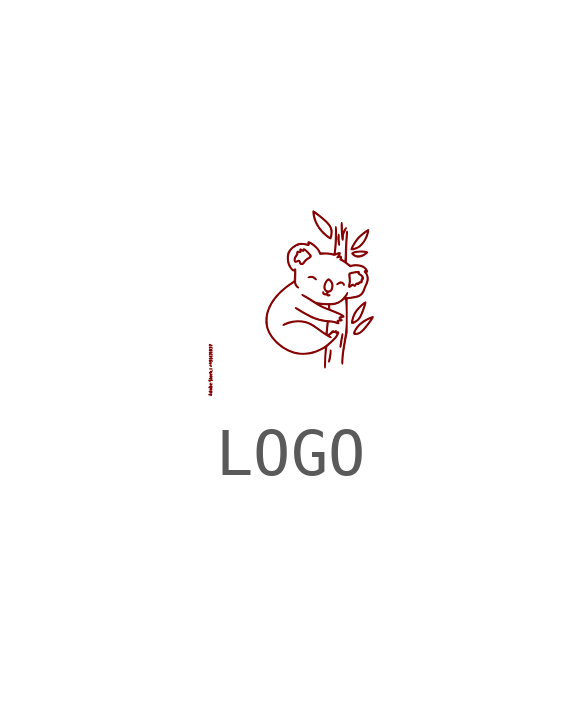
<source format=kicad_sym>
(kicad_symbol_lib
  (version 20220914)
  (generator "bitmap2component")
  (generator_version "9.0")
  (symbol "LOGO"
    (pin_names
      (offset 1.016))
    (property "Reference" "#G"
      (at 0 1.718 0)
      (effects (font (size 1.27 1.27)) hide))
    (symbol "LOGO_0_0"
      (polyline (pts (xy -2.373 -2.265) (xy -2.368 -2.248) (xy -2.37 -2.235) (xy -2.38 -2.227) (xy -2.386 -2.231) (xy -2.391 -2.248) (xy -2.389 -2.26) (xy -2.38 -2.269) (xy -2.373 -2.265)) (stroke (width 0.01) (type default)) (fill (type outline)))
      (polyline (pts (xy -2.414 -2.258) (xy -2.406 -2.248) (xy -2.406 -2.245) (xy -2.417 -2.237) (xy -2.419 -2.237) (xy -2.427 -2.248) (xy -2.427 -2.25) (xy -2.417 -2.258) (xy -2.414 -2.258)) (stroke (width 0.01) (type default)) (fill (type outline)))
      (polyline (pts (xy -2.365 -2.202) (xy -2.358 -2.188) (xy -2.368 -2.177) (xy -2.397 -2.174) (xy -2.416 -2.175) (xy -2.42 -2.18) (xy -2.413 -2.189) (xy -2.391 -2.189) (xy -2.38 -2.184) (xy -2.372 -2.186) (xy -2.369 -2.195) (xy -2.371 -2.198) (xy -2.38 -2.205) (xy -2.381 -2.205) (xy -2.39 -2.195) (xy -2.391 -2.189) (xy -2.413 -2.189) (xy -2.409 -2.195) (xy -2.393 -2.211) (xy -2.38 -2.214) (xy -2.365 -2.202)) (stroke (width 0.01) (type default)) (fill (type outline)))
      (polyline (pts (xy -2.37 -2.154) (xy -2.361 -2.142) (xy -2.365 -2.125) (xy -2.372 -2.118) (xy -2.387 -2.111) (xy -2.389 -2.111) (xy -2.4 -2.121) (xy -2.403 -2.139) (xy -2.402 -2.14) (xy -2.391 -2.14) (xy -2.386 -2.127) (xy -2.382 -2.126) (xy -2.37 -2.131) (xy -2.368 -2.134) (xy -2.373 -2.147) (xy -2.377 -2.148) (xy -2.39 -2.143) (xy -2.391 -2.14) (xy -2.402 -2.14) (xy -2.395 -2.153) (xy -2.388 -2.156) (xy -2.37 -2.154)) (stroke (width 0.01) (type default)) (fill (type outline)))
      (polyline (pts (xy -2.36 -2.096) (xy -2.355 -2.085) (xy -2.369 -2.068) (xy -2.376 -2.063) (xy -2.389 -2.062) (xy -2.407 -2.077) (xy -2.408 -2.079) (xy -2.396 -2.079) (xy -2.395 -2.076) (xy -2.386 -2.068) (xy -2.383 -2.069) (xy -2.369 -2.079) (xy -2.368 -2.084) (xy -2.379 -2.089) (xy -2.387 -2.088) (xy -2.396 -2.079) (xy -2.408 -2.079) (xy -2.428 -2.1) (xy -2.391 -2.1) (xy -2.385 -2.1) (xy -2.36 -2.096)) (stroke (width 0.01) (type default)) (fill (type outline)))
      (polyline (pts (xy -2.369 -2.042) (xy -2.358 -2.028) (xy -2.357 -2.023) (xy -2.36 -2.026) (xy -2.362 -2.029) (xy -2.375 -2.037) (xy -2.387 -2.033) (xy -2.388 -2.018) (xy -2.388 -2.017) (xy -2.386 -2.006) (xy -2.395 -2.012) (xy -2.401 -2.02) (xy -2.401 -2.036) (xy -2.388 -2.045) (xy -2.369 -2.042)) (stroke (width 0.01) (type default)) (fill (type outline)))
      (polyline (pts (xy -2.389 -1.957) (xy -2.381 -1.947) (xy -2.368 -1.953) (xy -2.359 -1.959) (xy -2.353 -1.954) (xy -2.36 -1.939) (xy -2.375 -1.936) (xy -2.392 -1.948) (xy -2.397 -1.954) (xy -2.408 -1.962) (xy -2.417 -1.952) (xy -2.423 -1.945) (xy -2.427 -1.948) (xy -2.427 -1.95) (xy -2.42 -1.966) (xy -2.418 -1.968) (xy -2.402 -1.972) (xy -2.389 -1.957)) (stroke (width 0.01) (type default)) (fill (type outline)))
      (polyline (pts (xy -2.385 -1.923) (xy -2.38 -1.922) (xy -2.362 -1.914) (xy -2.363 -1.907) (xy -2.383 -1.906) (xy -2.392 -1.907) (xy -2.411 -1.909) (xy -2.416 -1.912) (xy -2.412 -1.919) (xy -2.405 -1.924) (xy -2.385 -1.923)) (stroke (width 0.01) (type default)) (fill (type outline)))
      (polyline (pts (xy -2.367 -1.887) (xy -2.364 -1.885) (xy -2.358 -1.873) (xy -2.369 -1.859) (xy -2.38 -1.851) (xy -2.396 -1.851) (xy -2.403 -1.864) (xy -2.402 -1.867) (xy -2.394 -1.867) (xy -2.388 -1.859) (xy -2.373 -1.865) (xy -2.368 -1.871) (xy -2.373 -1.883) (xy -2.377 -1.884) (xy -2.391 -1.878) (xy -2.394 -1.867) (xy -2.402 -1.867) (xy -2.396 -1.883) (xy -2.383 -1.894) (xy -2.367 -1.887)) (stroke (width 0.01) (type default)) (fill (type outline)))
      (polyline (pts (xy -2.359 -1.827) (xy -2.36 -1.822) (xy -2.374 -1.823) (xy -2.387 -1.824) (xy -2.396 -1.815) (xy -2.396 -1.809) (xy -2.402 -1.807) (xy -2.404 -1.81) (xy -2.401 -1.825) (xy -2.394 -1.832) (xy -2.375 -1.835) (xy -2.359 -1.827)) (stroke (width 0.01) (type default)) (fill (type outline)))
      (polyline (pts (xy -2.372 -1.791) (xy -2.367 -1.787) (xy -2.369 -1.78) (xy -2.361 -1.763) (xy -2.357 -1.758) (xy -2.354 -1.752) (xy -2.365 -1.76) (xy -2.376 -1.766) (xy -2.39 -1.765) (xy -2.394 -1.763) (xy -2.392 -1.769) (xy -2.392 -1.778) (xy -2.409 -1.786) (xy -2.416 -1.788) (xy -2.416 -1.791) (xy -2.396 -1.792) (xy -2.391 -1.793) (xy -2.372 -1.791)) (stroke (width 0.01) (type default)) (fill (type outline)))
      (polyline (pts (xy -2.369 -1.717) (xy -2.356 -1.715) (xy -2.361 -1.713) (xy -2.378 -1.711) (xy -2.409 -1.713) (xy -2.414 -1.714) (xy -2.408 -1.716) (xy -2.385 -1.717) (xy -2.369 -1.717)) (stroke (width 0.01) (type default)) (fill (type outline)))
      (polyline (pts (xy -0.011 -1.693) (xy -0.005 -1.674) (xy -0.001 -1.635) (xy -0.000100 -1.577) (xy 0.001 -1.524) (xy 0.004 -1.466) (xy 0.008 -1.407) (xy 0.013 -1.351) (xy 0.018 -1.304) (xy 0.024 -1.268) (xy 0.03 -1.25) (xy 0.038 -1.24) (xy 0.06 -1.219) (xy 0.09 -1.191) (xy 0.127 -1.158) (xy 0.137 -1.149) (xy 0.184 -1.103) (xy 0.222 -1.06) (xy 0.246 -1.025) (xy 0.263 -0.992) (xy 0.273 -0.96) (xy 0.27 -0.945) (xy 0.253 -0.944) (xy 0.238 -0.946) (xy 0.232 -0.935) (xy 0.227 -0.922) (xy 0.211 -0.919) (xy 0.191 -0.931) (xy 0.179 -0.939) (xy 0.172 -0.931) (xy 0.171 -0.928) (xy 0.157 -0.918) (xy 0.138 -0.926) (xy 0.116 -0.95) (xy 0.096 -0.971) (xy 0.072 -0.989) (xy 0.049 -1) (xy 0.035 -0.999) (xy 0.035 -0.998) (xy 0.034 -0.986) (xy 0.035 -0.957) (xy 0.039 -0.916) (xy 0.043 -0.866) (xy 0.057 -0.739) (xy 0.11 -0.739) (xy 0.117 -0.739) (xy 0.166 -0.746) (xy 0.21 -0.76) (xy 0.241 -0.772) (xy 0.267 -0.776) (xy 0.279 -0.769) (xy 0.275 -0.75) (xy 0.269 -0.738) (xy 0.266 -0.724) (xy 0.277 -0.719) (xy 0.306 -0.718) (xy 0.325 -0.717) (xy 0.344 -0.71) (xy 0.344 -0.696) (xy 0.324 -0.675) (xy 0.314 -0.665) (xy 0.31 -0.654) (xy 0.325 -0.647) (xy 0.358 -0.642) (xy 0.368 -0.64) (xy 0.384 -0.63) (xy 0.381 -0.616) (xy 0.359 -0.597) (xy 0.319 -0.573) (xy 0.263 -0.546) (xy 0.19 -0.516) (xy 0.09 -0.476) (xy 0.086 -0.428) (xy 0.083 -0.38) (xy 0.13 -0.38) (xy 0.188 -0.374) (xy 0.264 -0.348) (xy 0.339 -0.301) (xy 0.343 -0.298) (xy 0.374 -0.275) (xy 0.398 -0.259) (xy 0.41 -0.253) (xy 0.414 -0.263) (xy 0.418 -0.29) (xy 0.422 -0.333) (xy 0.425 -0.388) (xy 0.428 -0.451) (xy 0.43 -0.52) (xy 0.431 -0.592) (xy 0.431 -0.663) (xy 0.431 -0.73) (xy 0.429 -0.791) (xy 0.429 -0.796) (xy 0.417 -0.953) (xy 0.395 -1.103) (xy 0.392 -1.121) (xy 0.375 -1.221) (xy 0.36 -1.313) (xy 0.349 -1.397) (xy 0.342 -1.47) (xy 0.338 -1.53) (xy 0.337 -1.576) (xy 0.341 -1.605) (xy 0.348 -1.615) (xy 0.352 -1.61) (xy 0.357 -1.59) (xy 0.359 -1.559) (xy 0.359 -1.555) (xy 0.363 -1.479) (xy 0.373 -1.383) (xy 0.391 -1.268) (xy 0.414 -1.134) (xy 0.448 -0.955) (xy 0.448 -0.606) (xy 0.448 -0.257) (xy 0.543 -0.243) (xy 0.562 -0.241) (xy 0.621 -0.231) (xy 0.664 -0.221) (xy 0.697 -0.209) (xy 0.724 -0.193) (xy 0.75 -0.172) (xy 0.764 -0.158) (xy 0.791 -0.12) (xy 0.811 -0.07) (xy 0.821 -0.042) (xy 0.84 0.007) (xy 0.86 0.049) (xy 0.866 0.061) (xy 0.885 0.126) (xy 0.886 0.191) (xy 0.866 0.252) (xy 0.852 0.28) (xy 0.846 0.297) (xy 0.848 0.302) (xy 0.86 0.299) (xy 0.87 0.298) (xy 0.875 0.307) (xy 0.868 0.329) (xy 0.849 0.362) (xy 0.843 0.37) (xy 0.812 0.4) (xy 0.778 0.424) (xy 0.772 0.426) (xy 0.723 0.442) (xy 0.664 0.451) (xy 0.605 0.452) (xy 0.555 0.445) (xy 0.539 0.441) (xy 0.518 0.44) (xy 0.499 0.448) (xy 0.472 0.468) (xy 0.431 0.501) (xy 0.438 0.749) (xy 0.439 0.784) (xy 0.441 0.858) (xy 0.444 0.927) (xy 0.447 0.988) (xy 0.45 1.035) (xy 0.453 1.066) (xy 0.455 1.098) (xy 0.455 1.128) (xy 0.452 1.147) (xy 0.446 1.151) (xy 0.439 1.139) (xy 0.436 1.127) (xy 0.433 1.096) (xy 0.429 1.05) (xy 0.425 0.992) (xy 0.421 0.928) (xy 0.417 0.859) (xy 0.413 0.791) (xy 0.411 0.726) (xy 0.409 0.667) (xy 0.409 0.655) (xy 0.407 0.605) (xy 0.405 0.565) (xy 0.402 0.538) (xy 0.399 0.528) (xy 0.398 0.528) (xy 0.384 0.533) (xy 0.361 0.546) (xy 0.352 0.551) (xy 0.335 0.569) (xy 0.331 0.596) (xy 0.331 0.605) (xy 0.326 0.624) (xy 0.31 0.631) (xy 0.297 0.634) (xy 0.292 0.643) (xy 0.299 0.665) (xy 0.305 0.688) (xy 0.3 0.703) (xy 0.281 0.705) (xy 0.246 0.694) (xy 0.198 0.677) (xy 0.204 0.721) (xy 0.21 0.767) (xy 0.217 0.834) (xy 0.222 0.906) (xy 0.225 0.977) (xy 0.228 1.046) (xy 0.228 1.11) (xy 0.227 1.164) (xy 0.224 1.207) (xy 0.219 1.235) (xy 0.212 1.245) (xy 0.21 1.24) (xy 0.208 1.216) (xy 0.206 1.177) (xy 0.205 1.127) (xy 0.204 1.069) (xy 0.203 1.019) (xy 0.201 0.954) (xy 0.198 0.888) (xy 0.194 0.826) (xy 0.189 0.77) (xy 0.183 0.724) (xy 0.178 0.691) (xy 0.173 0.677) (xy 0.17 0.676) (xy 0.151 0.678) (xy 0.122 0.685) (xy 0.117 0.686) (xy 0.081 0.691) (xy 0.034 0.695) (xy -0.015 0.697) (xy -0.104 0.697) (xy -0.133 0.749) (xy -0.136 0.755) (xy -0.164 0.793) (xy -0.201 0.832) (xy -0.242 0.869) (xy -0.284 0.9) (xy -0.323 0.921) (xy -0.352 0.929) (xy -0.356 0.928) (xy -0.367 0.922) (xy -0.367 0.901) (xy -0.365 0.889) (xy -0.368 0.879) (xy -0.384 0.881) (xy -0.403 0.885) (xy -0.437 0.89) (xy -0.477 0.894) (xy -0.51 0.896) (xy -0.543 0.894) (xy -0.572 0.886) (xy -0.609 0.87) (xy -0.65 0.846) (xy -0.703 0.805) (xy -0.747 0.758) (xy -0.777 0.71) (xy -0.786 0.681) (xy -0.795 0.623) (xy -0.794 0.559) (xy -0.786 0.496) (xy -0.768 0.442) (xy -0.757 0.42) (xy -0.731 0.378) (xy -0.704 0.345) (xy -0.678 0.325) (xy -0.657 0.321) (xy -0.649 0.322) (xy -0.644 0.318) (xy -0.641 0.303) (xy -0.642 0.275) (xy -0.645 0.23) (xy -0.647 0.206) (xy -0.649 0.167) (xy -0.649 0.138) (xy -0.648 0.126) (xy -0.655 0.118) (xy -0.675 0.101) (xy -0.707 0.077) (xy -0.747 0.05) (xy -0.808 0.006) (xy -0.926 -0.092) (xy -1.027 -0.196) (xy -1.109 -0.305) (xy -1.172 -0.417) (xy -1.175 -0.423) (xy -1.218 -0.538) (xy -1.239 -0.65) (xy -1.24 -0.709) (xy -1.216 -0.709) (xy -1.212 -0.625) (xy -1.198 -0.55) (xy -1.174 -0.476) (xy -1.121 -0.365) (xy -1.049 -0.257) (xy -0.958 -0.152) (xy -0.85 -0.053) (xy -0.843 -0.048) (xy -0.806 -0.019) (xy -0.765 0.011) (xy -0.726 0.039) (xy -0.691 0.062) (xy -0.664 0.079) (xy -0.65 0.085) (xy -0.645 0.075) (xy -0.639 0.054) (xy -0.63 0.03) (xy -0.614 0.006) (xy -0.596 -0.015) (xy -0.578 -0.029) (xy -0.565 -0.032) (xy -0.559 -0.021) (xy -0.56 -0.019) (xy -0.569 -0.011) (xy -0.572 -0.009) (xy -0.586 0.004) (xy -0.602 0.027) (xy -0.602 0.028) (xy -0.612 0.044) (xy -0.618 0.061) (xy -0.621 0.082) (xy -0.623 0.111) (xy -0.622 0.153) (xy -0.62 0.212) (xy -0.62 0.222) (xy -0.619 0.278) (xy -0.619 0.323) (xy -0.621 0.353) (xy -0.625 0.365) (xy -0.636 0.365) (xy -0.654 0.354) (xy -0.659 0.349) (xy -0.671 0.343) (xy -0.683 0.35) (xy -0.701 0.372) (xy -0.72 0.399) (xy -0.754 0.47) (xy -0.772 0.543) (xy -0.774 0.615) (xy -0.759 0.684) (xy -0.729 0.745) (xy -0.682 0.796) (xy -0.673 0.803) (xy -0.604 0.847) (xy -0.537 0.871) (xy -0.47 0.875) (xy -0.401 0.86) (xy -0.38 0.854) (xy -0.353 0.85) (xy -0.341 0.86) (xy -0.341 0.882) (xy -0.343 0.899) (xy -0.34 0.907) (xy -0.339 0.907) (xy -0.326 0.899) (xy -0.3 0.882) (xy -0.268 0.86) (xy -0.254 0.849) (xy -0.2 0.803) (xy -0.161 0.757) (xy -0.134 0.706) (xy -0.119 0.668) (xy -0.032 0.673) (xy -0.008 0.674) (xy 0.059 0.672) (xy 0.12 0.66) (xy 0.128 0.658) (xy 0.162 0.65) (xy 0.185 0.648) (xy 0.205 0.653) (xy 0.232 0.664) (xy 0.248 0.671) (xy 0.272 0.679) (xy 0.283 0.681) (xy 0.283 0.678) (xy 0.275 0.662) (xy 0.258 0.639) (xy 0.25 0.627) (xy 0.237 0.607) (xy 0.234 0.596) (xy 0.235 0.596) (xy 0.249 0.596) (xy 0.273 0.603) (xy 0.283 0.606) (xy 0.306 0.61) (xy 0.314 0.602) (xy 0.306 0.58) (xy 0.302 0.574) (xy 0.297 0.562) (xy 0.3 0.554) (xy 0.315 0.544) (xy 0.345 0.529) (xy 0.373 0.513) (xy 0.412 0.487) (xy 0.449 0.458) (xy 0.508 0.41) (xy 0.561 0.423) (xy 0.564 0.423) (xy 0.625 0.43) (xy 0.687 0.426) (xy 0.746 0.411) (xy 0.794 0.388) (xy 0.828 0.356) (xy 0.837 0.342) (xy 0.838 0.333) (xy 0.823 0.329) (xy 0.806 0.321) (xy 0.804 0.304) (xy 0.819 0.284) (xy 0.84 0.26) (xy 0.858 0.215) (xy 0.864 0.162) (xy 0.857 0.105) (xy 0.837 0.05) (xy 0.828 0.031) (xy 0.807 -0.018) (xy 0.79 -0.062) (xy 0.77 -0.109) (xy 0.737 -0.154) (xy 0.693 -0.186) (xy 0.693 -0.186) (xy 0.668 -0.195) (xy 0.628 -0.205) (xy 0.579 -0.215) (xy 0.529 -0.224) (xy 0.482 -0.23) (xy 0.445 -0.232) (xy 0.411 -0.232) (xy 0.439 -0.184) (xy 0.449 -0.165) (xy 0.458 -0.141) (xy 0.459 -0.129) (xy 0.455 -0.127) (xy 0.446 -0.135) (xy 0.441 -0.146) (xy 0.422 -0.175) (xy 0.394 -0.211) (xy 0.363 -0.247) (xy 0.332 -0.279) (xy 0.307 -0.3) (xy 0.253 -0.329) (xy 0.185 -0.349) (xy 0.103 -0.358) (xy 0.006 -0.357) (xy -0.108 -0.347) (xy -0.128 -0.344) (xy -0.171 -0.337) (xy -0.205 -0.326) (xy -0.238 -0.31) (xy -0.278 -0.285) (xy -0.286 -0.28) (xy -0.351 -0.239) (xy -0.405 -0.207) (xy -0.448 -0.184) (xy -0.477 -0.171) (xy -0.492 -0.169) (xy -0.491 -0.178) (xy -0.481 -0.187) (xy -0.457 -0.203) (xy -0.425 -0.222) (xy -0.4 -0.236) (xy -0.357 -0.263) (xy -0.307 -0.294) (xy -0.259 -0.325) (xy -0.203 -0.361) (xy -0.183 -0.373) (xy -0.134 -0.373) (xy -0.122 -0.37) (xy -0.091 -0.373) (xy -0.08 -0.374) (xy -0.033 -0.378) (xy 0.012 -0.38) (xy 0.063 -0.38) (xy 0.063 -0.422) (xy 0.063 -0.431) (xy 0.06 -0.455) (xy 0.055 -0.464) (xy 0.044 -0.461) (xy 0.018 -0.451) (xy -0.017 -0.435) (xy -0.055 -0.418) (xy -0.091 -0.401) (xy -0.118 -0.387) (xy -0.132 -0.378) (xy -0.134 -0.373) (xy -0.183 -0.373) (xy -0.148 -0.394) (xy -0.096 -0.422) (xy -0.041 -0.448) (xy 0.023 -0.474) (xy 0.101 -0.505) (xy 0.108 -0.507) (xy 0.164 -0.529) (xy 0.218 -0.552) (xy 0.264 -0.571) (xy 0.296 -0.586) (xy 0.353 -0.616) (xy 0.32 -0.625) (xy 0.314 -0.626) (xy 0.286 -0.639) (xy 0.278 -0.655) (xy 0.29 -0.675) (xy 0.291 -0.676) (xy 0.301 -0.689) (xy 0.296 -0.695) (xy 0.273 -0.698) (xy 0.256 -0.701) (xy 0.242 -0.709) (xy 0.24 -0.725) (xy 0.24 -0.732) (xy 0.239 -0.743) (xy 0.228 -0.743) (xy 0.203 -0.734) (xy 0.2 -0.733) (xy 0.168 -0.725) (xy 0.124 -0.718) (xy 0.078 -0.713) (xy -0.021 -0.703) (xy -0.119 -0.684) (xy -0.213 -0.654) (xy -0.309 -0.613) (xy -0.412 -0.558) (xy -0.423 -0.552) (xy -0.473 -0.523) (xy -0.519 -0.496) (xy -0.555 -0.474) (xy -0.578 -0.459) (xy -0.593 -0.45) (xy -0.615 -0.442) (xy -0.628 -0.441) (xy -0.63 -0.448) (xy -0.616 -0.461) (xy -0.604 -0.47) (xy -0.568 -0.493) (xy -0.52 -0.522) (xy -0.466 -0.554) (xy -0.409 -0.585) (xy -0.356 -0.614) (xy -0.31 -0.638) (xy -0.276 -0.654) (xy -0.264 -0.659) (xy -0.208 -0.68) (xy -0.148 -0.699) (xy -0.09 -0.714) (xy -0.039 -0.724) (xy -0.002 -0.728) (xy 0.034 -0.728) (xy 0.027 -0.805) (xy 0.022 -0.86) (xy 0.016 -0.916) (xy 0.01 -0.953) (xy 0.005 -0.975) (xy 0.001 -0.981) (xy -0.000400 -0.981) (xy -0.015 -0.972) (xy -0.042 -0.954) (xy -0.078 -0.928) (xy -0.121 -0.896) (xy -0.121 -0.896) (xy -0.184 -0.851) (xy -0.234 -0.816) (xy -0.276 -0.789) (xy -0.313 -0.769) (xy -0.35 -0.753) (xy -0.391 -0.738) (xy -0.415 -0.73) (xy -0.498 -0.716) (xy -0.59 -0.714) (xy -0.682 -0.722) (xy -0.77 -0.742) (xy -0.846 -0.771) (xy -0.856 -0.777) (xy -0.878 -0.792) (xy -0.886 -0.803) (xy -0.885 -0.808) (xy -0.873 -0.809) (xy -0.852 -0.8) (xy -0.753 -0.763) (xy -0.664 -0.741) (xy -0.58 -0.733) (xy -0.498 -0.738) (xy -0.493 -0.739) (xy -0.441 -0.748) (xy -0.395 -0.76) (xy -0.35 -0.777) (xy -0.304 -0.8) (xy -0.252 -0.832) (xy -0.19 -0.873) (xy -0.116 -0.926) (xy -0.09 -0.945) (xy -0.035 -0.983) (xy 0.016 -1.017) (xy 0.059 -1.043) (xy 0.092 -1.06) (xy 0.11 -1.066) (xy 0.113 -1.065) (xy 0.117 -1.059) (xy 0.107 -1.047) (xy 0.087 -1.035) (xy 0.069 -1.025) (xy 0.066 -1.019) (xy 0.08 -1.013) (xy 0.1 -1.001) (xy 0.122 -0.98) (xy 0.125 -0.977) (xy 0.148 -0.961) (xy 0.176 -0.954) (xy 0.201 -0.956) (xy 0.216 -0.968) (xy 0.22 -0.974) (xy 0.232 -0.976) (xy 0.241 -0.974) (xy 0.241 -0.984) (xy 0.231 -1.007) (xy 0.212 -1.038) (xy 0.19 -1.065) (xy 0.152 -1.105) (xy 0.105 -1.149) (xy 0.054 -1.192) (xy 0.004 -1.233) (xy -0.042 -1.265) (xy -0.092 -1.294) (xy -0.208 -1.345) (xy -0.332 -1.377) (xy -0.335 -1.377) (xy -0.417 -1.388) (xy -0.488 -1.391) (xy -0.544 -1.386) (xy -0.556 -1.384) (xy -0.586 -1.378) (xy -0.623 -1.371) (xy -0.664 -1.361) (xy -0.761 -1.324) (xy -0.857 -1.273) (xy -0.947 -1.208) (xy -1.029 -1.133) (xy -1.1 -1.052) (xy -1.156 -0.965) (xy -1.194 -0.877) (xy -1.197 -0.865) (xy -1.211 -0.792) (xy -1.216 -0.709) (xy -1.24 -0.709) (xy -1.241 -0.759) (xy -1.221 -0.863) (xy -1.18 -0.965) (xy -1.119 -1.062) (xy -1.037 -1.157) (xy -1.004 -1.189) (xy -0.9 -1.271) (xy -0.788 -1.336) (xy -0.665 -1.384) (xy -0.63 -1.393) (xy -0.585 -1.402) (xy -0.534 -1.407) (xy -0.47 -1.408) (xy -0.41 -1.407) (xy -0.331 -1.401) (xy -0.259 -1.385) (xy -0.188 -1.36) (xy -0.108 -1.324) (xy 0.002 -1.268) (xy -0.004 -1.302) (xy -0.006 -1.316) (xy -0.009 -1.35) (xy -0.012 -1.398) (xy -0.015 -1.456) (xy -0.017 -1.518) (xy -0.018 -1.532) (xy -0.02 -1.598) (xy -0.021 -1.646) (xy -0.019 -1.676) (xy -0.017 -1.692) (xy -0.012 -1.695) (xy -0.011 -1.693)) (stroke (width 0.01) (type default)) (fill (type outline)))
      (polyline (pts (xy -2.377 -1.667) (xy -2.374 -1.657) (xy -2.379 -1.642) (xy -2.39 -1.632) (xy -2.399 -1.631) (xy -2.406 -1.642) (xy -2.405 -1.649) (xy -2.396 -1.651) (xy -2.391 -1.65) (xy -2.385 -1.656) (xy -2.385 -1.659) (xy -2.38 -1.667) (xy -2.377 -1.667)) (stroke (width 0.01) (type default)) (fill (type outline)))
      (polyline (pts (xy -2.377 -1.612) (xy -2.384 -1.605) (xy -2.385 -1.604) (xy -2.392 -1.596) (xy -2.379 -1.59) (xy -2.374 -1.589) (xy -2.371 -1.586) (xy -2.388 -1.584) (xy -2.391 -1.584) (xy -2.411 -1.588) (xy -2.416 -1.597) (xy -2.403 -1.607) (xy -2.386 -1.613) (xy -2.377 -1.612)) (stroke (width 0.01) (type default)) (fill (type outline)))
      (polyline (pts (xy 0.075 -1.568) (xy 0.085 -1.548) (xy 0.094 -1.517) (xy 0.101 -1.484) (xy 0.108 -1.437) (xy 0.113 -1.392) (xy 0.114 -1.355) (xy 0.113 -1.329) (xy 0.107 -1.319) (xy 0.105 -1.319) (xy 0.098 -1.332) (xy 0.095 -1.359) (xy 0.093 -1.387) (xy 0.087 -1.428) (xy 0.079 -1.472) (xy 0.079 -1.474) (xy 0.071 -1.512) (xy 0.065 -1.543) (xy 0.063 -1.559) (xy 0.063 -1.564) (xy 0.067 -1.574) (xy 0.075 -1.568)) (stroke (width 0.01) (type default)) (fill (type outline)))
      (polyline (pts (xy -2.381 -1.549) (xy -2.375 -1.542) (xy -2.365 -1.551) (xy -2.358 -1.558) (xy -2.353 -1.555) (xy -2.356 -1.547) (xy -2.369 -1.53) (xy -2.369 -1.53) (xy -2.383 -1.523) (xy -2.392 -1.535) (xy -2.399 -1.546) (xy -2.407 -1.539) (xy -2.414 -1.532) (xy -2.417 -1.543) (xy -2.417 -1.544) (xy -2.409 -1.559) (xy -2.394 -1.561) (xy -2.381 -1.549)) (stroke (width 0.01) (type default)) (fill (type outline)))
      (polyline (pts (xy -2.393 -1.507) (xy -2.381 -1.496) (xy -2.375 -1.489) (xy -2.365 -1.498) (xy -2.357 -1.507) (xy -2.353 -1.501) (xy -2.355 -1.494) (xy -2.367 -1.483) (xy -2.383 -1.479) (xy -2.393 -1.486) (xy -2.396 -1.49) (xy -2.407 -1.493) (xy -2.41 -1.491) (xy -2.417 -1.498) (xy -2.417 -1.499) (xy -2.408 -1.508) (xy -2.393 -1.507)) (stroke (width 0.01) (type default)) (fill (type outline)))
      (polyline (pts (xy -2.385 -1.458) (xy -2.385 -1.458) (xy -2.362 -1.454) (xy -2.353 -1.45) (xy -2.363 -1.447) (xy -2.385 -1.446) (xy -2.385 -1.446) (xy -2.408 -1.448) (xy -2.417 -1.454) (xy -2.417 -1.455) (xy -2.407 -1.459) (xy -2.385 -1.458)) (stroke (width 0.01) (type default)) (fill (type outline)))
      (polyline (pts (xy -2.356 -1.414) (xy -2.366 -1.403) (xy -2.388 -1.395) (xy -2.392 -1.394) (xy -2.411 -1.397) (xy -2.417 -1.411) (xy -2.415 -1.42) (xy -2.409 -1.419) (xy -2.4 -1.411) (xy -2.379 -1.406) (xy -2.361 -1.416) (xy -2.355 -1.424) (xy -2.356 -1.414)) (stroke (width 0.01) (type default)) (fill (type outline)))
      (polyline (pts (xy -2.385 -1.374) (xy -2.385 -1.374) (xy -2.362 -1.369) (xy -2.353 -1.365) (xy -2.363 -1.362) (xy -2.385 -1.361) (xy -2.385 -1.361) (xy -2.408 -1.364) (xy -2.417 -1.37) (xy -2.417 -1.37) (xy -2.407 -1.375) (xy -2.385 -1.374)) (stroke (width 0.01) (type default)) (fill (type outline)))
      (polyline (pts (xy -2.393 -1.338) (xy -2.385 -1.324) (xy -2.383 -1.316) (xy -2.374 -1.314) (xy -2.371 -1.317) (xy -2.371 -1.332) (xy -2.373 -1.337) (xy -2.365 -1.336) (xy -2.358 -1.329) (xy -2.364 -1.314) (xy -2.369 -1.309) (xy -2.389 -1.305) (xy -2.408 -1.311) (xy -2.416 -1.324) (xy -2.406 -1.324) (xy -2.401 -1.319) (xy -2.396 -1.324) (xy -2.401 -1.33) (xy -2.406 -1.324) (xy -2.416 -1.324) (xy -2.417 -1.325) (xy -2.415 -1.332) (xy -2.401 -1.34) (xy -2.393 -1.338)) (stroke (width 0.01) (type default)) (fill (type outline)))
      (polyline (pts (xy -2.356 -1.277) (xy -2.366 -1.265) (xy -2.388 -1.258) (xy -2.392 -1.257) (xy -2.411 -1.26) (xy -2.417 -1.274) (xy -2.415 -1.283) (xy -2.409 -1.282) (xy -2.4 -1.274) (xy -2.379 -1.269) (xy -2.361 -1.279) (xy -2.355 -1.286) (xy -2.356 -1.277)) (stroke (width 0.01) (type default)) (fill (type outline)))
      (polyline (pts (xy 0.313 -1.263) (xy 0.321 -1.242) (xy 0.326 -1.213) (xy 0.333 -1.172) (xy 0.34 -1.126) (xy 0.347 -1.081) (xy 0.353 -1.04) (xy 0.357 -1.009) (xy 0.359 -0.995) (xy 0.358 -0.99) (xy 0.35 -0.981) (xy 0.344 -0.991) (xy 0.337 -1.02) (xy 0.327 -1.07) (xy 0.314 -1.141) (xy 0.3 -1.232) (xy 0.299 -1.251) (xy 0.304 -1.265) (xy 0.313 -1.263)) (stroke (width 0.01) (type default)) (fill (type outline)))
      (polyline (pts (xy -2.357 -1.233) (xy -2.363 -1.227) (xy -2.378 -1.217) (xy -2.395 -1.208) (xy -2.409 -1.203) (xy -2.413 -1.206) (xy -2.417 -1.221) (xy -2.415 -1.232) (xy -2.408 -1.227) (xy -2.402 -1.221) (xy -2.385 -1.224) (xy -2.376 -1.229) (xy -2.359 -1.234) (xy -2.357 -1.233)) (stroke (width 0.01) (type default)) (fill (type outline)))
      (polyline (pts (xy 0.647 -0.996) (xy 0.652 -0.996) (xy 0.688 -0.986) (xy 0.724 -0.968) (xy 0.76 -0.94) (xy 0.801 -0.9) (xy 0.847 -0.846) (xy 0.902 -0.776) (xy 0.93 -0.738) (xy 0.963 -0.692) (xy 0.983 -0.659) (xy 0.991 -0.638) (xy 0.989 -0.627) (xy 0.978 -0.627) (xy 0.952 -0.634) (xy 0.916 -0.649) (xy 0.875 -0.668) (xy 0.833 -0.69) (xy 0.793 -0.712) (xy 0.762 -0.733) (xy 0.703 -0.781) (xy 0.648 -0.841) (xy 0.607 -0.907) (xy 0.591 -0.942) (xy 0.585 -0.961) (xy 0.61 -0.961) (xy 0.616 -0.937) (xy 0.632 -0.904) (xy 0.657 -0.868) (xy 0.688 -0.83) (xy 0.722 -0.795) (xy 0.749 -0.773) (xy 0.787 -0.745) (xy 0.829 -0.719) (xy 0.869 -0.695) (xy 0.905 -0.677) (xy 0.931 -0.667) (xy 0.945 -0.667) (xy 0.945 -0.668) (xy 0.939 -0.683) (xy 0.923 -0.709) (xy 0.898 -0.744) (xy 0.869 -0.783) (xy 0.837 -0.824) (xy 0.805 -0.862) (xy 0.776 -0.895) (xy 0.757 -0.914) (xy 0.729 -0.939) (xy 0.707 -0.954) (xy 0.672 -0.969) (xy 0.638 -0.976) (xy 0.615 -0.972) (xy 0.61 -0.961) (xy 0.585 -0.961) (xy 0.582 -0.97) (xy 0.585 -0.987) (xy 0.599 -0.996) (xy 0.618 -0.998) (xy 0.647 -0.996)) (stroke (width 0.01) (type default)) (fill (type outline)))
      (polyline (pts (xy 0.573 -0.767) (xy 0.603 -0.755) (xy 0.636 -0.735) (xy 0.67 -0.709) (xy 0.7 -0.679) (xy 0.724 -0.647) (xy 0.728 -0.639) (xy 0.746 -0.603) (xy 0.766 -0.557) (xy 0.786 -0.506) (xy 0.805 -0.455) (xy 0.82 -0.407) (xy 0.832 -0.367) (xy 0.838 -0.337) (xy 0.837 -0.323) (xy 0.829 -0.322) (xy 0.808 -0.331) (xy 0.779 -0.352) (xy 0.744 -0.382) (xy 0.707 -0.417) (xy 0.67 -0.456) (xy 0.637 -0.495) (xy 0.611 -0.531) (xy 0.599 -0.552) (xy 0.576 -0.602) (xy 0.557 -0.657) (xy 0.543 -0.711) (xy 0.542 -0.72) (xy 0.567 -0.72) (xy 0.571 -0.689) (xy 0.575 -0.672) (xy 0.603 -0.592) (xy 0.65 -0.513) (xy 0.714 -0.439) (xy 0.718 -0.435) (xy 0.757 -0.397) (xy 0.783 -0.376) (xy 0.798 -0.372) (xy 0.801 -0.384) (xy 0.795 -0.414) (xy 0.779 -0.462) (xy 0.767 -0.494) (xy 0.738 -0.568) (xy 0.711 -0.624) (xy 0.683 -0.666) (xy 0.654 -0.697) (xy 0.622 -0.718) (xy 0.613 -0.722) (xy 0.584 -0.735) (xy 0.57 -0.735) (xy 0.567 -0.72) (xy 0.542 -0.72) (xy 0.538 -0.754) (xy 0.539 -0.761) (xy 0.551 -0.77) (xy 0.573 -0.767)) (stroke (width 0.01) (type default)) (fill (type outline)))
      (polyline (pts (xy 0.758 0.624) (xy 0.762 0.626) (xy 0.788 0.639) (xy 0.818 0.658) (xy 0.847 0.678) (xy 0.868 0.696) (xy 0.876 0.707) (xy 0.867 0.718) (xy 0.841 0.727) (xy 0.803 0.733) (xy 0.757 0.736) (xy 0.707 0.735) (xy 0.657 0.731) (xy 0.613 0.724) (xy 0.577 0.713) (xy 0.554 0.701) (xy 0.544 0.69) (xy 0.546 0.686) (xy 0.575 0.686) (xy 0.578 0.689) (xy 0.599 0.699) (xy 0.632 0.707) (xy 0.674 0.713) (xy 0.718 0.716) (xy 0.762 0.716) (xy 0.798 0.712) (xy 0.824 0.706) (xy 0.834 0.696) (xy 0.828 0.69) (xy 0.808 0.676) (xy 0.779 0.66) (xy 0.77 0.656) (xy 0.709 0.637) (xy 0.653 0.636) (xy 0.604 0.655) (xy 0.597 0.66) (xy 0.58 0.675) (xy 0.575 0.686) (xy 0.546 0.686) (xy 0.548 0.677) (xy 0.549 0.674) (xy 0.573 0.649) (xy 0.609 0.626) (xy 0.649 0.612) (xy 0.658 0.61) (xy 0.704 0.61) (xy 0.758 0.624)) (stroke (width 0.01) (type default)) (fill (type outline)))
      (polyline (pts (xy 0.562 0.761) (xy 0.596 0.769) (xy 0.635 0.782) (xy 0.675 0.801) (xy 0.712 0.824) (xy 0.748 0.856) (xy 0.793 0.91) (xy 0.834 0.974) (xy 0.866 1.042) (xy 0.875 1.069) (xy 0.887 1.112) (xy 0.894 1.148) (xy 0.895 1.173) (xy 0.889 1.182) (xy 0.879 1.179) (xy 0.854 1.164) (xy 0.82 1.141) (xy 0.781 1.111) (xy 0.741 1.078) (xy 0.704 1.046) (xy 0.674 1.016) (xy 0.656 0.995) (xy 0.628 0.957) (xy 0.599 0.913) (xy 0.572 0.868) (xy 0.549 0.827) (xy 0.533 0.793) (xy 0.533 0.792) (xy 0.559 0.792) (xy 0.559 0.795) (xy 0.568 0.818) (xy 0.586 0.852) (xy 0.612 0.893) (xy 0.64 0.935) (xy 0.67 0.976) (xy 0.699 1.009) (xy 0.701 1.011) (xy 0.733 1.042) (xy 0.768 1.073) (xy 0.803 1.101) (xy 0.835 1.123) (xy 0.858 1.136) (xy 0.87 1.138) (xy 0.871 1.137) (xy 0.869 1.12) (xy 0.86 1.091) (xy 0.846 1.054) (xy 0.83 1.016) (xy 0.814 0.98) (xy 0.799 0.953) (xy 0.781 0.927) (xy 0.743 0.882) (xy 0.704 0.844) (xy 0.667 0.819) (xy 0.652 0.812) (xy 0.62 0.8) (xy 0.59 0.792) (xy 0.568 0.788) (xy 0.559 0.792) (xy 0.533 0.792) (xy 0.527 0.771) (xy 0.528 0.77) (xy 0.538 0.761) (xy 0.562 0.761)) (stroke (width 0.01) (type default)) (fill (type outline)))
      (polyline (pts (xy 0.288 0.859) (xy 0.29 0.878) (xy 0.288 0.91) (xy 0.285 0.93) (xy 0.282 0.98) (xy 0.282 1.026) (xy 0.282 1.054) (xy 0.278 1.079) (xy 0.272 1.085) (xy 0.265 1.073) (xy 0.258 1.04) (xy 0.255 1.009) (xy 0.255 0.977) (xy 0.26 0.937) (xy 0.27 0.884) (xy 0.275 0.865) (xy 0.282 0.853) (xy 0.288 0.859)) (stroke (width 0.01) (type default)) (fill (type outline)))
      (polyline (pts (xy 0.363 0.966) (xy 0.367 0.988) (xy 0.369 1.022) (xy 0.371 1.057) (xy 0.38 1.099) (xy 0.401 1.146) (xy 0.416 1.178) (xy 0.428 1.204) (xy 0.432 1.218) (xy 0.432 1.221) (xy 0.424 1.22) (xy 0.409 1.205) (xy 0.392 1.181) (xy 0.374 1.151) (xy 0.349 1.103) (xy 0.349 1.216) (xy 0.348 1.258) (xy 0.345 1.298) (xy 0.341 1.323) (xy 0.335 1.331) (xy 0.33 1.32) (xy 0.324 1.29) (xy 0.323 1.27) (xy 0.324 1.232) (xy 0.325 1.185) (xy 0.328 1.132) (xy 0.332 1.079) (xy 0.336 1.031) (xy 0.34 0.995) (xy 0.344 0.974) (xy 0.346 0.969) (xy 0.358 0.96) (xy 0.363 0.966)) (stroke (width 0.01) (type default)) (fill (type outline)))
      (polyline (pts (xy 0.118 1.01) (xy 0.128 1.045) (xy 0.134 1.089) (xy 0.137 1.134) (xy 0.135 1.167) (xy 0.123 1.212) (xy 0.102 1.258) (xy 0.067 1.305) (xy 0.019 1.356) (xy -0.044 1.413) (xy -0.125 1.479) (xy -0.142 1.492) (xy -0.184 1.524) (xy -0.218 1.549) (xy -0.243 1.566) (xy -0.254 1.572) (xy -0.257 1.572) (xy -0.263 1.558) (xy -0.263 1.529) (xy -0.261 1.517) (xy -0.237 1.517) (xy -0.237 1.529) (xy -0.235 1.529) (xy -0.219 1.52) (xy -0.192 1.502) (xy -0.157 1.476) (xy -0.117 1.444) (xy -0.075 1.41) (xy -0.035 1.375) (xy 0.001 1.343) (xy 0.026 1.318) (xy 0.071 1.264) (xy 0.099 1.213) (xy 0.112 1.159) (xy 0.112 1.099) (xy 0.108 1.065) (xy 0.103 1.036) (xy 0.098 1.022) (xy 0.097 1.022) (xy 0.084 1.024) (xy 0.061 1.038) (xy 0.031 1.059) (xy 0.012 1.075) (xy -0.074 1.158) (xy -0.144 1.25) (xy -0.195 1.348) (xy -0.227 1.451) (xy -0.227 1.454) (xy -0.234 1.49) (xy -0.237 1.517) (xy -0.261 1.517) (xy -0.258 1.487) (xy -0.247 1.435) (xy -0.234 1.388) (xy -0.191 1.288) (xy -0.13 1.192) (xy -0.054 1.104) (xy 0.036 1.027) (xy 0.069 1.004) (xy 0.095 0.991) (xy 0.108 0.99) (xy 0.118 1.01)) (stroke (width 0.01) (type default)) (fill (type outline)))
      (polyline (pts (xy 0.078 -0.194) (xy 0.08 -0.193) (xy 0.094 -0.182) (xy 0.091 -0.173) (xy 0.075 -0.174) (xy 0.062 -0.175) (xy 0.048 -0.169) (xy 0.046 -0.167) (xy 0.045 -0.145) (xy 0.056 -0.125) (xy 0.075 -0.116) (xy 0.083 -0.115) (xy 0.111 -0.101) (xy 0.134 -0.072) (xy 0.149 -0.032) (xy 0.154 0.014) (xy 0.148 0.061) (xy 0.146 0.068) (xy 0.13 0.099) (xy 0.107 0.128) (xy 0.083 0.15) (xy 0.062 0.158) (xy 0.054 0.157) (xy 0.033 0.141) (xy 0.01 0.113) (xy -0.011 0.078) (xy -0.026 0.04) (xy -0.032 0.014) (xy -0.035 -0.023) (xy -0.013 -0.023) (xy -0.009 0.024) (xy 0.013 0.08) (xy 0.028 0.105) (xy 0.046 0.126) (xy 0.065 0.129) (xy 0.088 0.116) (xy 0.096 0.109) (xy 0.12 0.071) (xy 0.132 0.025) (xy 0.128 -0.025) (xy 0.109 -0.071) (xy 0.096 -0.086) (xy 0.066 -0.094) (xy 0.034 -0.091) (xy 0.012 -0.079) (xy -0.005 -0.054) (xy -0.013 -0.023) (xy -0.035 -0.023) (xy -0.035 -0.032) (xy -0.022 -0.07) (xy 0.008 -0.103) (xy 0.009 -0.103) (xy 0.026 -0.119) (xy 0.029 -0.131) (xy 0.019 -0.144) (xy -0.003 -0.155) (xy -0.025 -0.149) (xy -0.042 -0.124) (xy -0.046 -0.114) (xy -0.052 -0.107) (xy -0.058 -0.119) (xy -0.06 -0.134) (xy -0.049 -0.157) (xy -0.028 -0.173) (xy -0.003 -0.176) (xy 0.014 -0.176) (xy 0.033 -0.186) (xy 0.039 -0.193) (xy 0.055 -0.2) (xy 0.078 -0.194)) (stroke (width 0.01) (type default)) (fill (type outline)))
      (polyline (pts (xy 0.509 -0.015) (xy 0.536 0.005) (xy 0.556 0.021) (xy 0.57 0.024) (xy 0.58 0.016) (xy 0.596 0.003) (xy 0.615 0.004) (xy 0.631 0.027) (xy 0.636 0.037) (xy 0.648 0.047) (xy 0.664 0.043) (xy 0.667 0.041) (xy 0.684 0.038) (xy 0.696 0.053) (xy 0.708 0.065) (xy 0.734 0.074) (xy 0.74 0.074) (xy 0.756 0.081) (xy 0.76 0.102) (xy 0.764 0.123) (xy 0.777 0.142) (xy 0.784 0.151) (xy 0.788 0.175) (xy 0.779 0.204) (xy 0.759 0.231) (xy 0.732 0.251) (xy 0.722 0.256) (xy 0.703 0.271) (xy 0.7 0.288) (xy 0.701 0.3) (xy 0.692 0.312) (xy 0.683 0.313) (xy 0.656 0.312) (xy 0.619 0.306) (xy 0.577 0.299) (xy 0.539 0.291) (xy 0.509 0.283) (xy 0.493 0.276) (xy 0.489 0.271) (xy 0.483 0.247) (xy 0.484 0.208) (xy 0.491 0.151) (xy 0.494 0.113) (xy 0.486 0.049) (xy 0.482 0.035) (xy 0.48 0.022) (xy 0.502 0.022) (xy 0.508 0.05) (xy 0.513 0.079) (xy 0.514 0.124) (xy 0.512 0.176) (xy 0.509 0.204) (xy 0.507 0.237) (xy 0.512 0.256) (xy 0.525 0.267) (xy 0.552 0.273) (xy 0.596 0.28) (xy 0.603 0.281) (xy 0.634 0.286) (xy 0.656 0.291) (xy 0.667 0.291) (xy 0.671 0.277) (xy 0.671 0.277) (xy 0.681 0.258) (xy 0.71 0.239) (xy 0.728 0.229) (xy 0.751 0.204) (xy 0.758 0.177) (xy 0.746 0.153) (xy 0.738 0.141) (xy 0.736 0.115) (xy 0.737 0.11) (xy 0.737 0.097) (xy 0.724 0.098) (xy 0.711 0.099) (xy 0.69 0.086) (xy 0.675 0.075) (xy 0.653 0.071) (xy 0.636 0.069) (xy 0.621 0.049) (xy 0.619 0.045) (xy 0.607 0.026) (xy 0.596 0.021) (xy 0.591 0.031) (xy 0.589 0.037) (xy 0.576 0.046) (xy 0.555 0.044) (xy 0.533 0.032) (xy 0.52 0.02) (xy 0.506 0.012) (xy 0.502 0.022) (xy 0.48 0.022) (xy 0.478 0.007) (xy 0.479 -0.01) (xy 0.481 -0.012) (xy 0.492 -0.02) (xy 0.509 -0.015)) (stroke (width 0.01) (type default)) (fill (type outline)))
      (polyline (pts (xy 0.39 0.037) (xy 0.389 0.046) (xy 0.373 0.07) (xy 0.347 0.088) (xy 0.317 0.095) (xy 0.297 0.091) (xy 0.272 0.079) (xy 0.249 0.064) (xy 0.235 0.048) (xy 0.234 0.037) (xy 0.235 0.036) (xy 0.25 0.04) (xy 0.273 0.053) (xy 0.294 0.065) (xy 0.326 0.071) (xy 0.352 0.062) (xy 0.366 0.042) (xy 0.366 0.042) (xy 0.375 0.025) (xy 0.386 0.023) (xy 0.39 0.037)) (stroke (width 0.01) (type default)) (fill (type outline)))
      (polyline (pts (xy -0.195 0.138) (xy -0.19 0.145) (xy -0.2 0.161) (xy -0.223 0.184) (xy -0.238 0.195) (xy -0.278 0.209) (xy -0.319 0.21) (xy -0.354 0.196) (xy -0.362 0.19) (xy -0.364 0.184) (xy -0.352 0.183) (xy -0.321 0.186) (xy -0.31 0.188) (xy -0.28 0.188) (xy -0.259 0.181) (xy -0.237 0.165) (xy -0.231 0.16) (xy -0.21 0.144) (xy -0.198 0.138) (xy -0.195 0.138)) (stroke (width 0.01) (type default)) (fill (type outline)))
      (polyline (pts (xy -0.474 0.458) (xy -0.455 0.472) (xy -0.433 0.501) (xy -0.42 0.518) (xy -0.392 0.547) (xy -0.366 0.566) (xy -0.337 0.583) (xy -0.306 0.608) (xy -0.296 0.632) (xy -0.298 0.639) (xy -0.312 0.66) (xy -0.337 0.689) (xy -0.368 0.722) (xy -0.387 0.74) (xy -0.422 0.77) (xy -0.446 0.784) (xy -0.46 0.782) (xy -0.464 0.764) (xy -0.465 0.757) (xy -0.471 0.754) (xy -0.488 0.764) (xy -0.496 0.77) (xy -0.521 0.781) (xy -0.534 0.775) (xy -0.534 0.754) (xy -0.531 0.737) (xy -0.539 0.73) (xy -0.562 0.731) (xy -0.584 0.731) (xy -0.595 0.723) (xy -0.597 0.701) (xy -0.604 0.669) (xy -0.626 0.634) (xy -0.646 0.602) (xy -0.654 0.56) (xy -0.654 0.553) (xy -0.633 0.553) (xy -0.627 0.584) (xy -0.601 0.629) (xy -0.594 0.638) (xy -0.577 0.668) (xy -0.574 0.689) (xy -0.575 0.699) (xy -0.568 0.706) (xy -0.545 0.705) (xy -0.531 0.704) (xy -0.515 0.709) (xy -0.509 0.725) (xy -0.507 0.734) (xy -0.5 0.743) (xy -0.484 0.736) (xy -0.48 0.733) (xy -0.463 0.729) (xy -0.448 0.743) (xy -0.444 0.749) (xy -0.435 0.753) (xy -0.424 0.748) (xy -0.406 0.732) (xy -0.378 0.701) (xy -0.372 0.695) (xy -0.346 0.665) (xy -0.329 0.642) (xy -0.322 0.629) (xy -0.325 0.624) (xy -0.342 0.609) (xy -0.368 0.592) (xy -0.382 0.583) (xy -0.418 0.554) (xy -0.447 0.521) (xy -0.473 0.489) (xy -0.496 0.476) (xy -0.513 0.482) (xy -0.524 0.507) (xy -0.525 0.513) (xy -0.539 0.539) (xy -0.56 0.546) (xy -0.591 0.534) (xy -0.608 0.525) (xy -0.625 0.519) (xy -0.632 0.527) (xy -0.633 0.553) (xy -0.654 0.553) (xy -0.653 0.538) (xy -0.643 0.511) (xy -0.623 0.502) (xy -0.592 0.511) (xy -0.586 0.514) (xy -0.562 0.525) (xy -0.551 0.526) (xy -0.549 0.518) (xy -0.546 0.504) (xy -0.538 0.481) (xy -0.537 0.478) (xy -0.523 0.459) (xy -0.497 0.454) (xy -0.496 0.454) (xy -0.474 0.458)) (stroke (width 0.01) (type default)) (fill (type outline))))))
</source>
